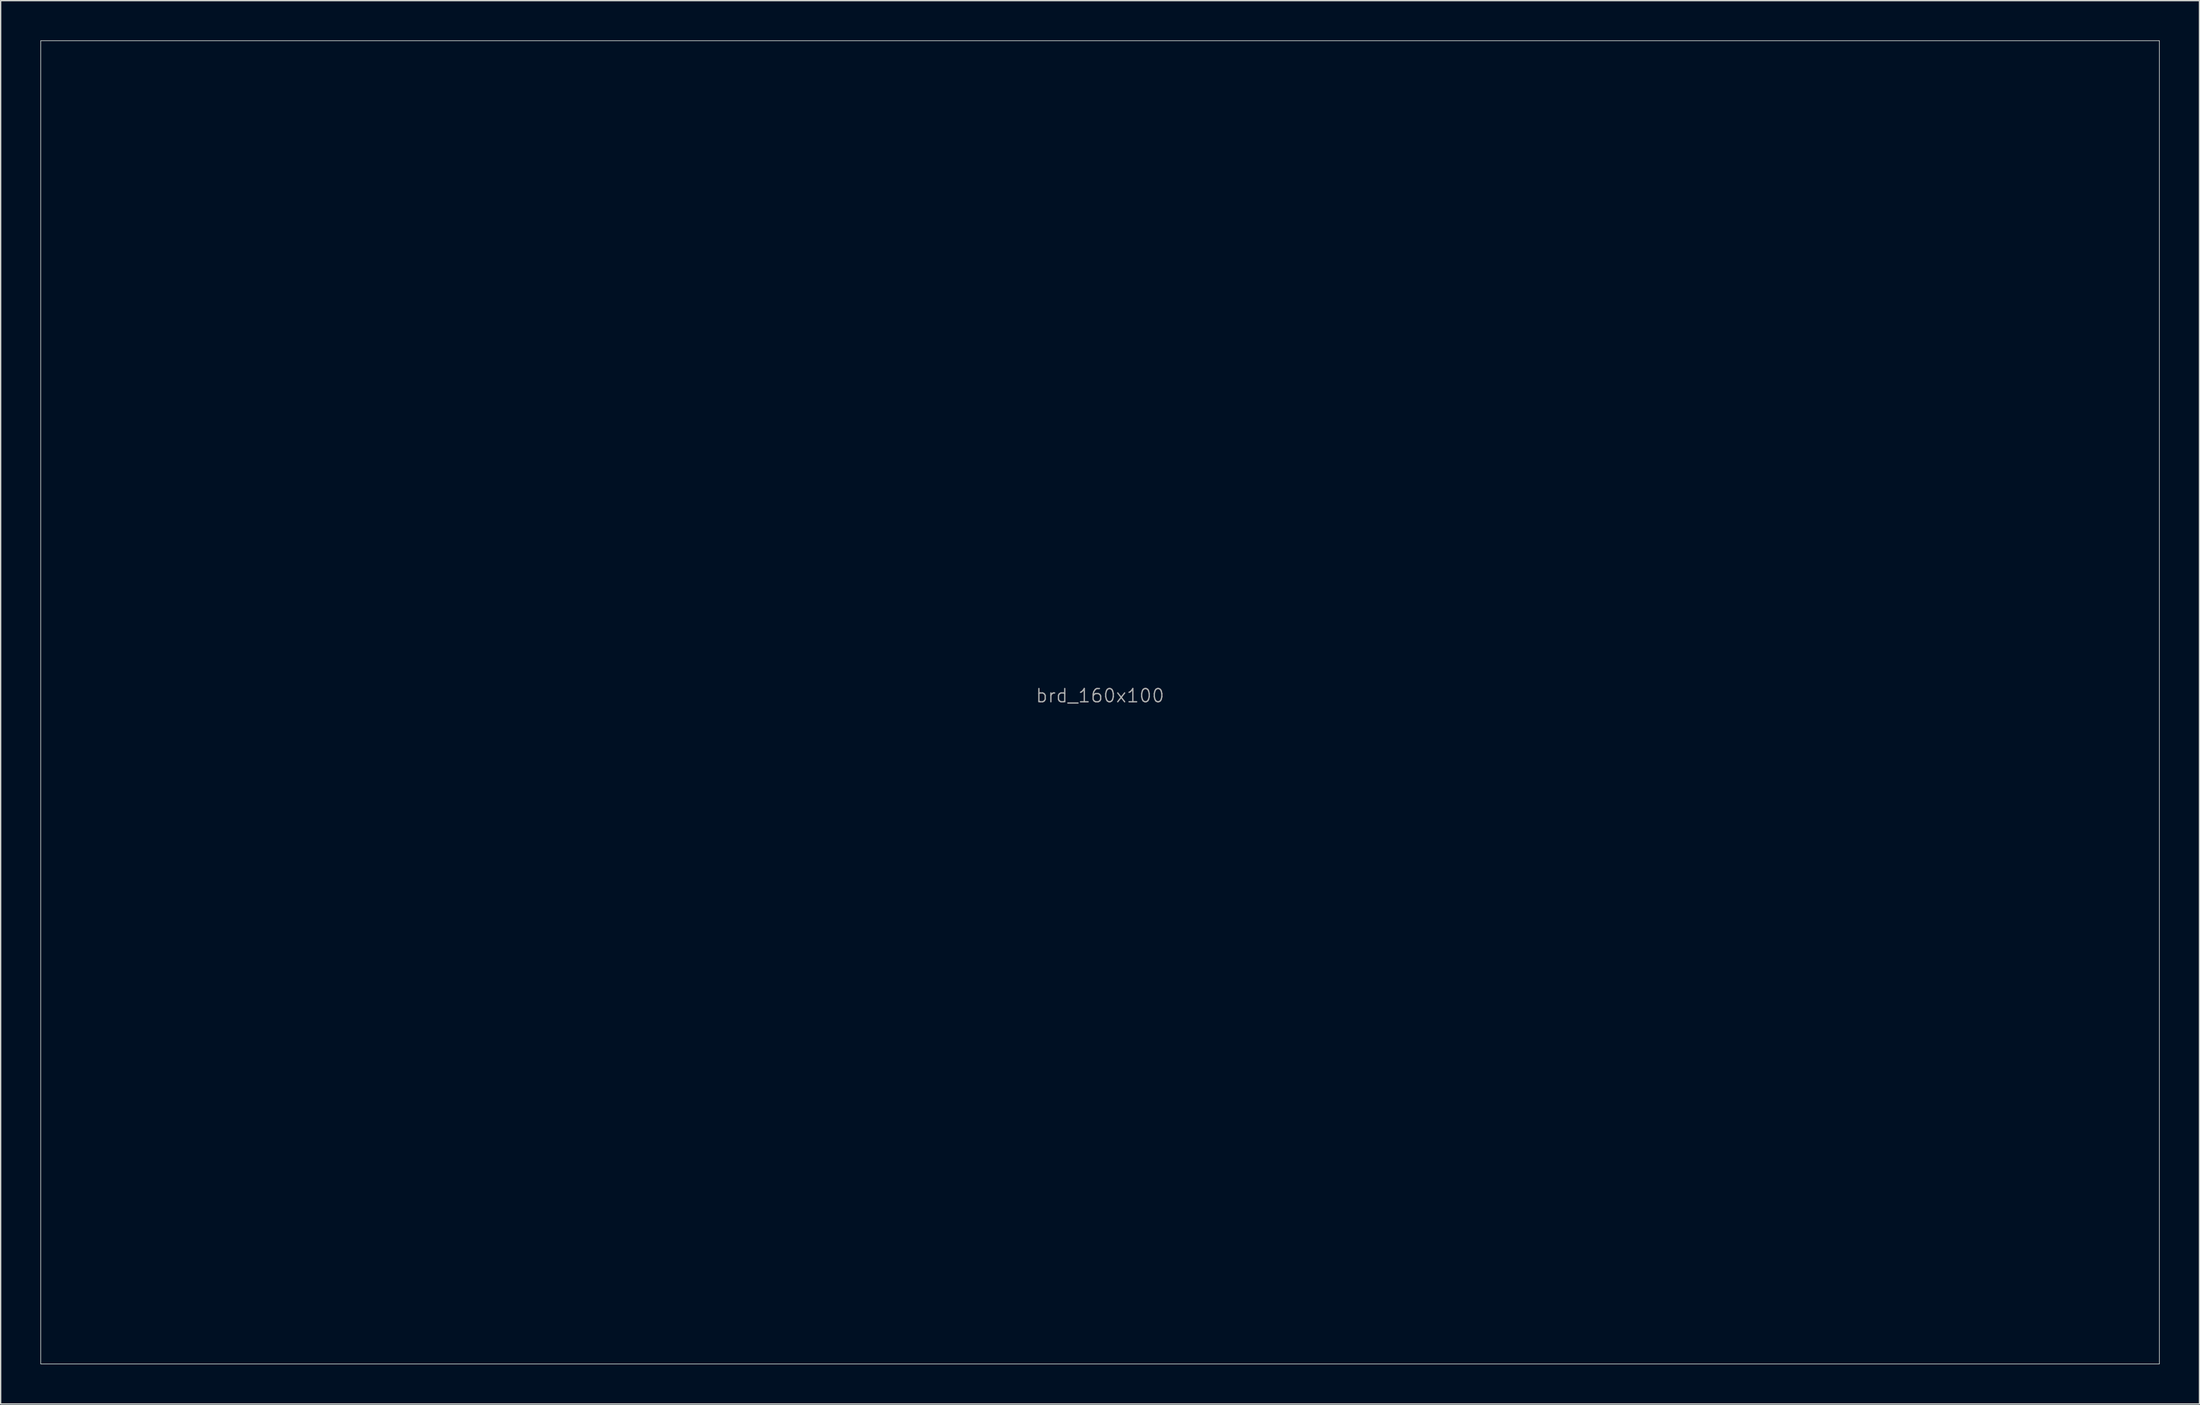
<source format=kicad_pcb>
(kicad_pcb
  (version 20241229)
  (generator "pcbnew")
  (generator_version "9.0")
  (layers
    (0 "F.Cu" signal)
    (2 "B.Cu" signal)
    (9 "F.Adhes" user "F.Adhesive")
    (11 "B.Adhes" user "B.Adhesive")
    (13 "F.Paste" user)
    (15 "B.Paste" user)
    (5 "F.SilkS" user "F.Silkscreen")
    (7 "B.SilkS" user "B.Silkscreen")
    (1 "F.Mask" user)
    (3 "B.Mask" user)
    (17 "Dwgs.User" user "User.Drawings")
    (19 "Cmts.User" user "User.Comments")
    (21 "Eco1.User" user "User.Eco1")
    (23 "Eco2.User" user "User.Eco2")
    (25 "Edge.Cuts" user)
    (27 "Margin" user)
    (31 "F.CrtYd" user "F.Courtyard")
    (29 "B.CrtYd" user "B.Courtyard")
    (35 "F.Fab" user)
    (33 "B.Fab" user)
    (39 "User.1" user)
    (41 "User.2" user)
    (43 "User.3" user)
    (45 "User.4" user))
  (footprint "brd_160x100"
    (layer "F.Cu")
    (at 80.025 50.025)
    (property "Reference" "brd_160x100" (at 0 -0.5 0) (unlocked yes) (layer "F.Fab") (effects (font (size 1 1) (thickness 0.1))))
    (attr smd)
    (fp_rect (start -80 50) (end 80 -50) (stroke (width 0.05) (type default)) (fill no) (layer "Edge.Cuts")))
  (gr_rect
    (start -3 -3)
    (end 163.05 103.05)
    (stroke (width 0.1) (type default))
    (fill no)
    (layer "Edge.Cuts")))
</source>
